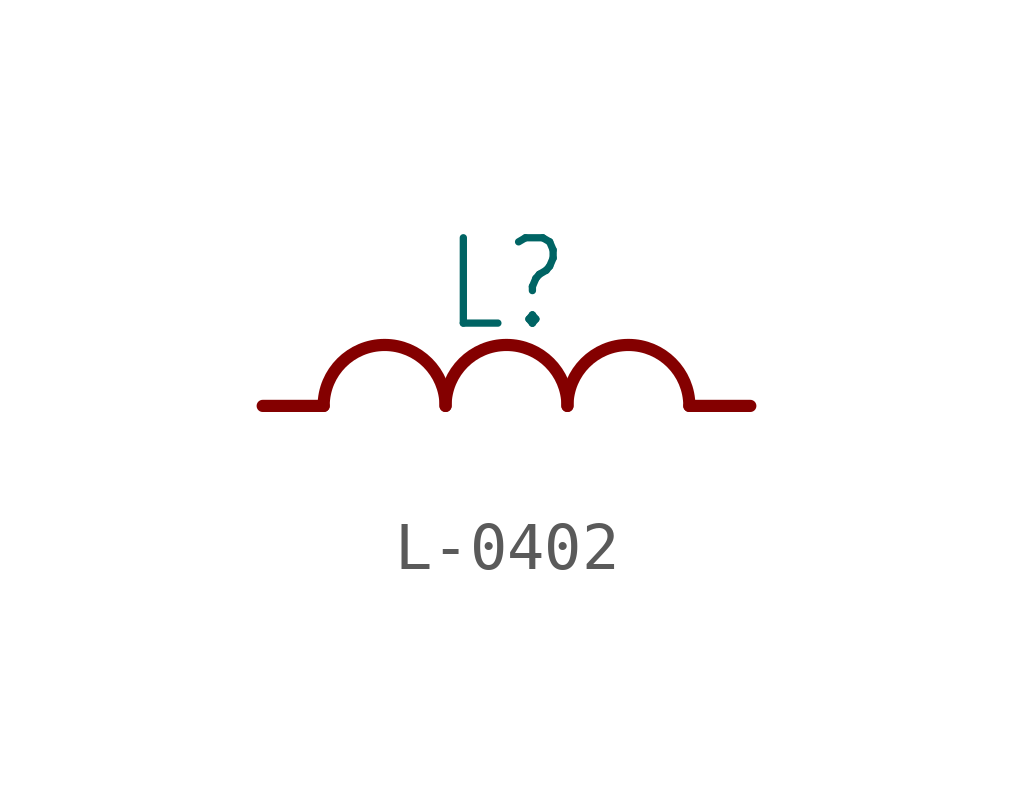
<source format=kicad_sym>
(kicad_symbol_lib
  (version 20231120)
  (generator "kicad_symbol_editor")
  (generator_version "8.0")
  (symbol "L-0402"
    (property "Reference" "L"
      (at 0 2.54 0)
      (effects (font (size 1.778 1.511))))
    (property "Value" ""
      (at 0 -1.27 0)
      (effects (font (size 1.778 1.511))))
    (property "ki_locked" ""
      (at 0 0 0)
      (effects (font (size 1.27 1.27))))
    (symbol "L-0402_1_0"
      (arc (start -1.27 0) (mid -2.54 1.27) (end -3.81 0) (stroke (width 0.254) (type solid)) (fill (type none)))
      (polyline (pts (xy -5.08 0) (xy -3.81 0)) (stroke (width 0.254) (type solid)) (fill (type none)))
      (polyline (pts (xy 3.81 0) (xy 5.08 0)) (stroke (width 0.254) (type solid)) (fill (type none)))
      (arc (start 1.27 0) (mid 0 1.27) (end -1.27 0) (stroke (width 0.254) (type solid)) (fill (type none)))
      (arc (start 3.81 0) (mid 2.54 1.27) (end 1.27 0) (stroke (width 0.254) (type solid)) (fill (type none)))
      (pin passive line (at -5.08 0 0) (length 0) (name "1" (effects (font (size 0 0)))) (number "1" (effects (font (size 0 0)))))
      (pin passive line (at 5.08 0 180) (length 0) (name "2" (effects (font (size 0 0)))) (number "2" (effects (font (size 0 0))))))))
</source>
